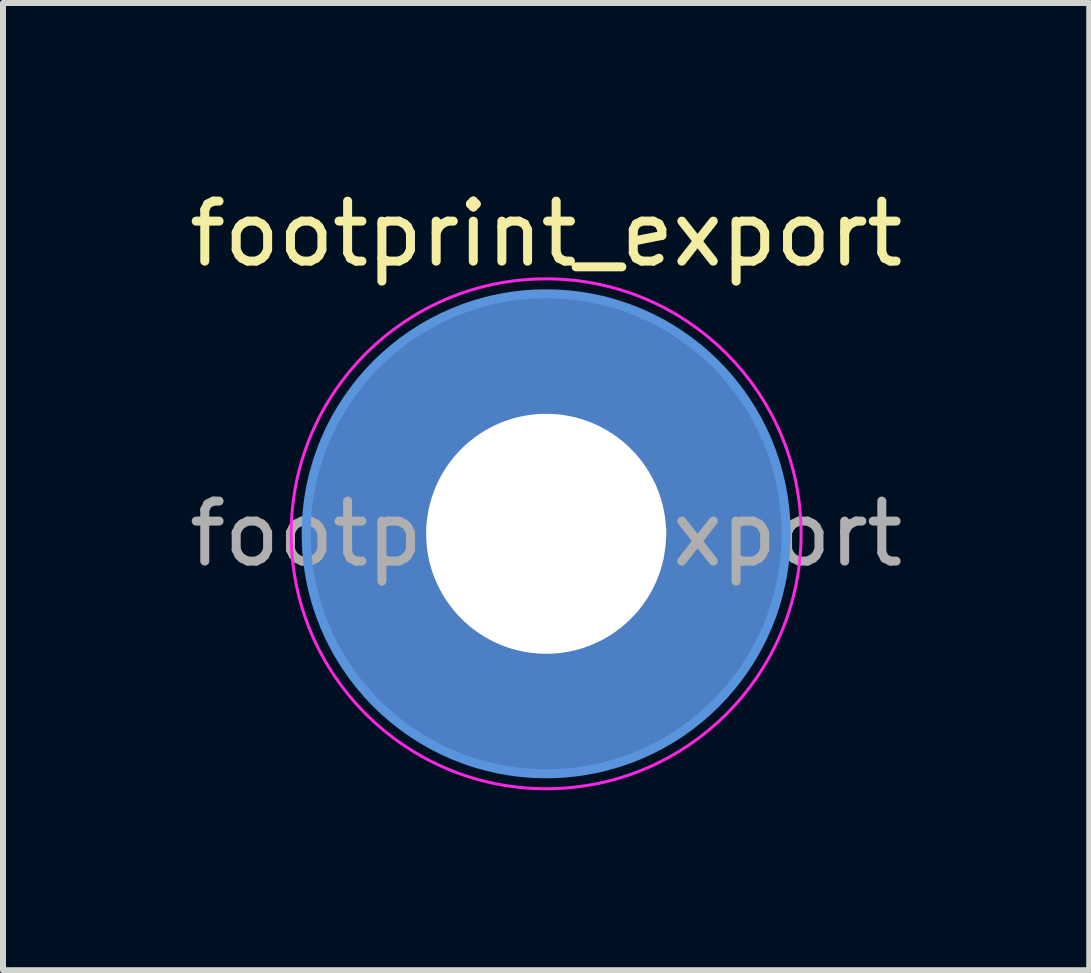
<source format=kicad_pcb>
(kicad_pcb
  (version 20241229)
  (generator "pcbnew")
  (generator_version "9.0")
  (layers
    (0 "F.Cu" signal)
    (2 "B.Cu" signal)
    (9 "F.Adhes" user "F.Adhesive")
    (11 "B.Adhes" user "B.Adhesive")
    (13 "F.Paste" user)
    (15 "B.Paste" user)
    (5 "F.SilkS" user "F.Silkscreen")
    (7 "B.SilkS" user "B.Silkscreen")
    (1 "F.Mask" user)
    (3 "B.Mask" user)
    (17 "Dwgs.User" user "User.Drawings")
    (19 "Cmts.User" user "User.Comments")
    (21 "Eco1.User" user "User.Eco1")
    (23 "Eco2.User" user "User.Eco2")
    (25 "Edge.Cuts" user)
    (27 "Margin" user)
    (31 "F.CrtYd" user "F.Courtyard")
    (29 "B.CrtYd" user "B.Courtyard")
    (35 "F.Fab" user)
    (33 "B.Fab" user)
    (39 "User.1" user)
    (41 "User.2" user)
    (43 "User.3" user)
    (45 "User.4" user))
  (footprint "footprint_export"
    (layer "F.Cu")
    (at 6.054 5.848)
    (property "Reference" "footprint_export" (at 0 -5 0) (layer "F.SilkS") (effects (font (size 1 1) (thickness 0.15))))
    (attr exclude_from_pos_files exclude_from_bom)
    (fp_circle (center 0 0) (end 4 0) (stroke (width 0.15) (type solid)) (fill no) (layer "Cmts.User"))
    (fp_circle (center 0 0) (end 4.25 0) (stroke (width 0.05) (type solid)) (fill no) (layer "F.CrtYd"))
    (fp_text user "${REFERENCE}" (at 0 0 0) (layer "F.Fab") (effects (font (size 1 1) (thickness 0.15))))
    (pad "1" thru_hole circle (at 0 0) (size 4.4 4.4) (drill 4) (layers "*.Cu" "*.Mask"))
    (pad "1" connect circle (at 0 0) (size 8 8) (layers "F.Cu" "F.Mask"))
    (pad "1" connect circle (at 0 0) (size 8 8) (layers "B.Cu" "B.Mask")))
  (gr_rect
    (start -3 -3)
    (end 15.107 13.123)
    (stroke (width 0.1) (type default))
    (fill no)
    (layer "Edge.Cuts")))
</source>
